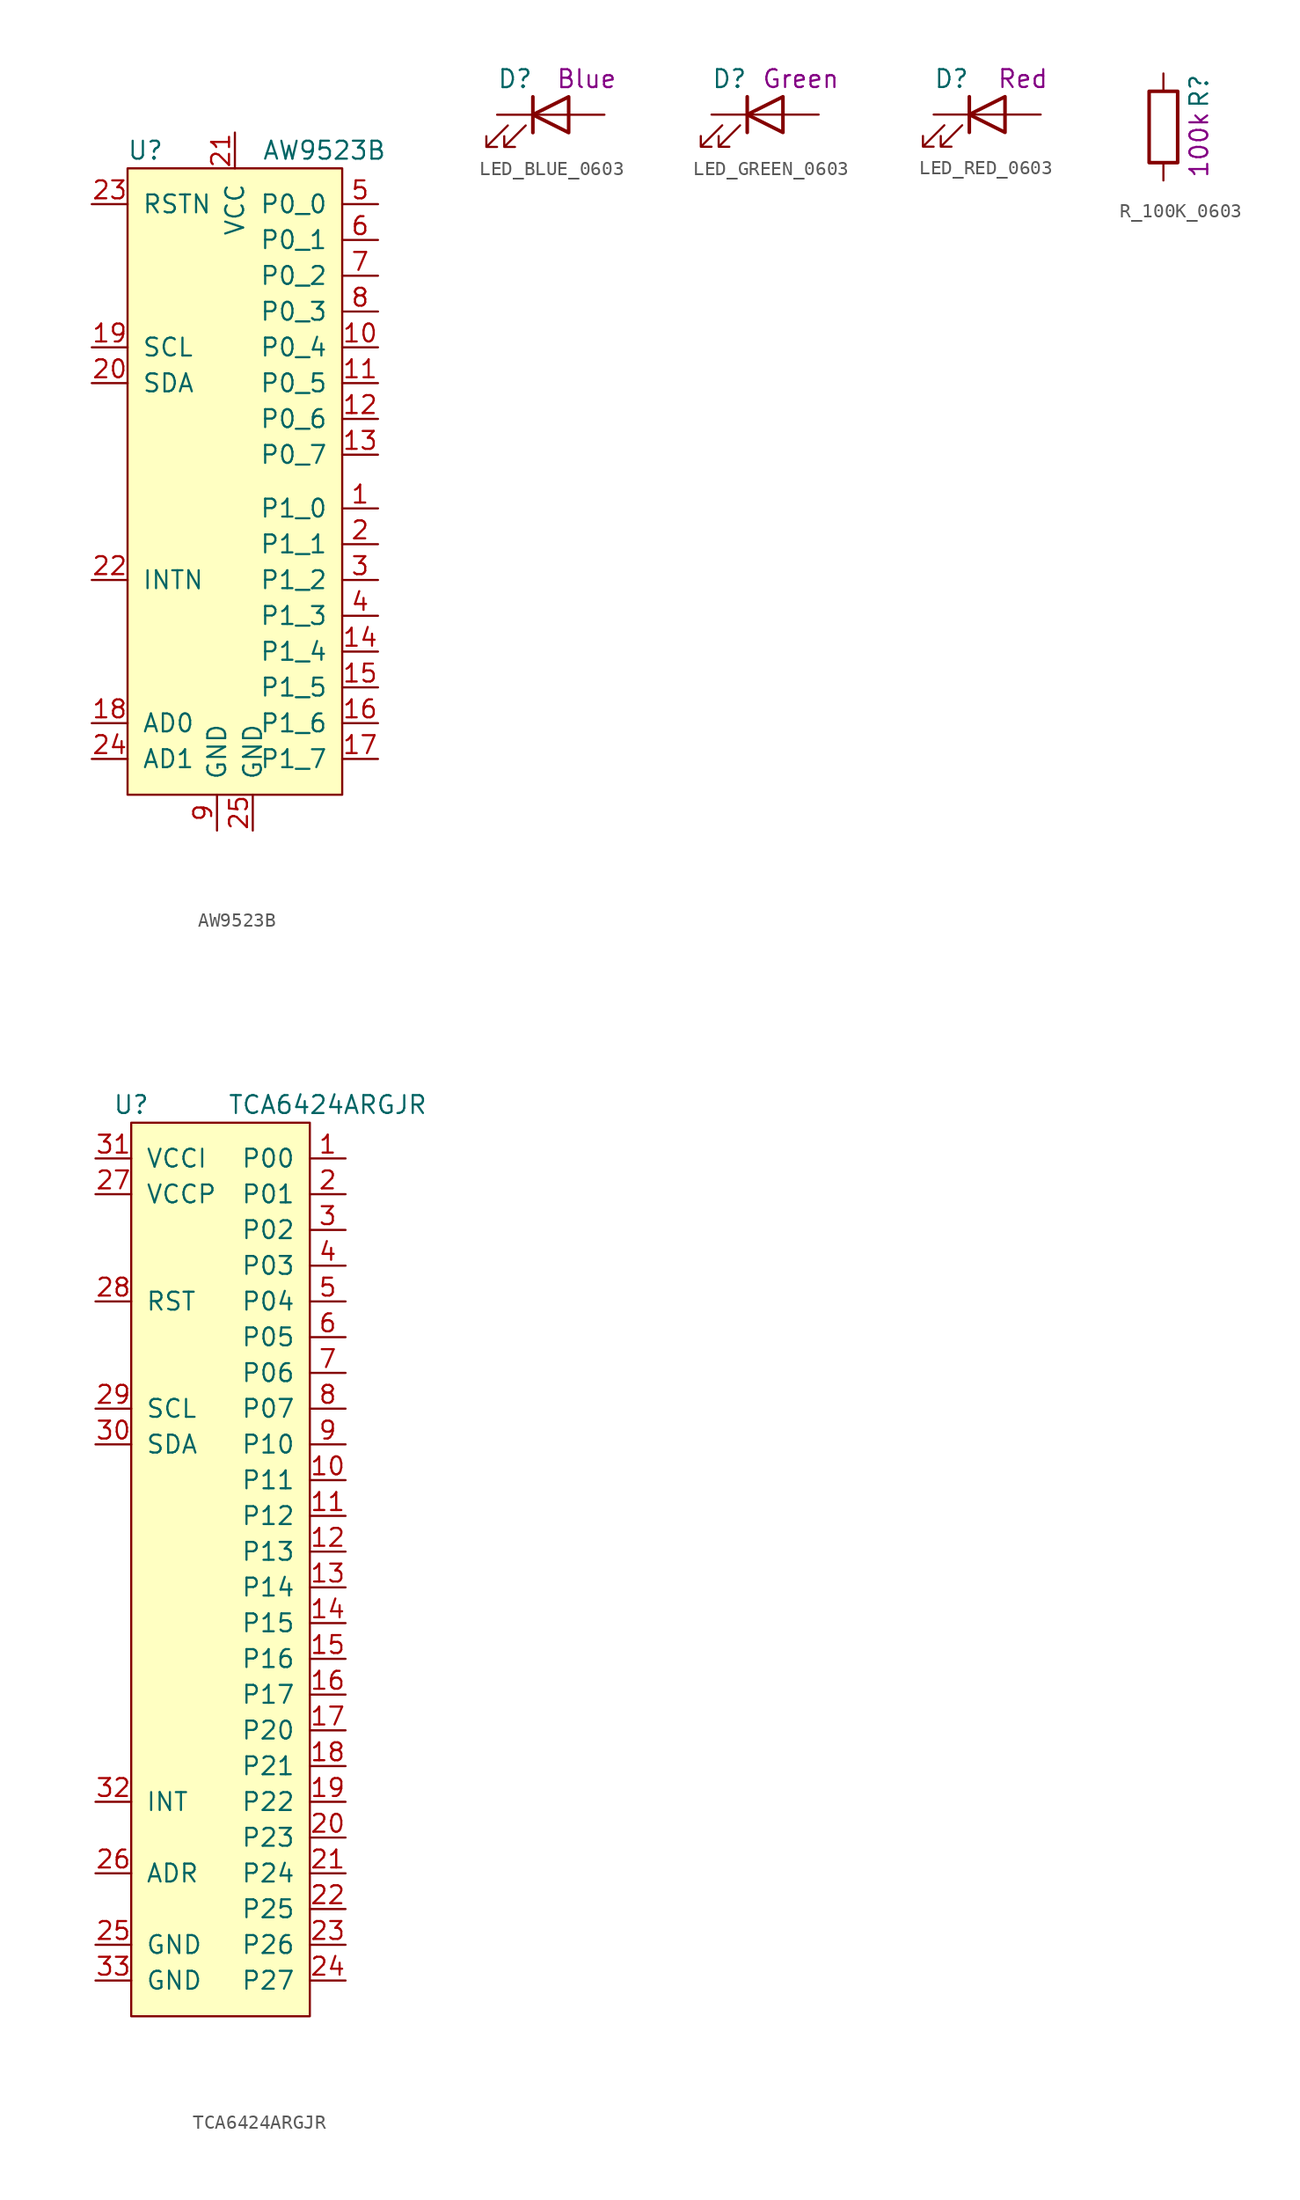
<source format=kicad_sym>
(kicad_symbol_lib
  (version 20211014)
  (generator kicad_symbol_editor)
  (symbol "AW9523B"
    (pin_names
      (offset 1.016))
    (property "Reference" "U"
      (at -6.35 24.13 0)
      (effects (font (size 1.27 1.27))))
    (property "Value" "AW9523B"
      (at 6.35 24.13 0)
      (effects (font (size 1.27 1.27))))
    (symbol "AW9523B_0_1"
      (rectangle (start 7.62 22.86) (end -7.62 -21.59) (stroke (width 0) (type default) (color 0 0 0 0)) (fill (type background))))
    (symbol "AW9523B_1_1"
      (pin bidirectional line (at 10.16 -1.27 180) (length 2.54) (name "P1_0" (effects (font (size 1.27 1.27)))) (number "1" (effects (font (size 1.27 1.27)))))
      (pin bidirectional line (at 10.16 10.16 180) (length 2.54) (name "P0_4" (effects (font (size 1.27 1.27)))) (number "10" (effects (font (size 1.27 1.27)))))
      (pin bidirectional line (at 10.16 7.62 180) (length 2.54) (name "P0_5" (effects (font (size 1.27 1.27)))) (number "11" (effects (font (size 1.27 1.27)))))
      (pin bidirectional line (at 10.16 5.08 180) (length 2.54) (name "P0_6" (effects (font (size 1.27 1.27)))) (number "12" (effects (font (size 1.27 1.27)))))
      (pin bidirectional line (at 10.16 2.54 180) (length 2.54) (name "P0_7" (effects (font (size 1.27 1.27)))) (number "13" (effects (font (size 1.27 1.27)))))
      (pin bidirectional line (at 10.16 -11.43 180) (length 2.54) (name "P1_4" (effects (font (size 1.27 1.27)))) (number "14" (effects (font (size 1.27 1.27)))))
      (pin bidirectional line (at 10.16 -13.97 180) (length 2.54) (name "P1_5" (effects (font (size 1.27 1.27)))) (number "15" (effects (font (size 1.27 1.27)))))
      (pin bidirectional line (at 10.16 -16.51 180) (length 2.54) (name "P1_6" (effects (font (size 1.27 1.27)))) (number "16" (effects (font (size 1.27 1.27)))))
      (pin bidirectional line (at 10.16 -19.05 180) (length 2.54) (name "P1_7" (effects (font (size 1.27 1.27)))) (number "17" (effects (font (size 1.27 1.27)))))
      (pin input line (at -10.16 -16.51 0) (length 2.54) (name "AD0" (effects (font (size 1.27 1.27)))) (number "18" (effects (font (size 1.27 1.27)))))
      (pin input line (at -10.16 10.16 0) (length 2.54) (name "SCL" (effects (font (size 1.27 1.27)))) (number "19" (effects (font (size 1.27 1.27)))))
      (pin bidirectional line (at 10.16 -3.81 180) (length 2.54) (name "P1_1" (effects (font (size 1.27 1.27)))) (number "2" (effects (font (size 1.27 1.27)))))
      (pin bidirectional line (at -10.16 7.62 0) (length 2.54) (name "SDA" (effects (font (size 1.27 1.27)))) (number "20" (effects (font (size 1.27 1.27)))))
      (pin power_in line (at 0 25.4 270) (length 2.54) (name "VCC" (effects (font (size 1.27 1.27)))) (number "21" (effects (font (size 1.27 1.27)))))
      (pin output line (at -10.16 -6.35 0) (length 2.54) (name "INTN" (effects (font (size 1.27 1.27)))) (number "22" (effects (font (size 1.27 1.27)))))
      (pin input line (at -10.16 20.32 0) (length 2.54) (name "RSTN" (effects (font (size 1.27 1.27)))) (number "23" (effects (font (size 1.27 1.27)))))
      (pin input line (at -10.16 -19.05 0) (length 2.54) (name "AD1" (effects (font (size 1.27 1.27)))) (number "24" (effects (font (size 1.27 1.27)))))
      (pin power_in line (at 1.27 -24.13 90) (length 2.54) (name "GND" (effects (font (size 1.27 1.27)))) (number "25" (effects (font (size 1.27 1.27)))))
      (pin bidirectional line (at 10.16 -6.35 180) (length 2.54) (name "P1_2" (effects (font (size 1.27 1.27)))) (number "3" (effects (font (size 1.27 1.27)))))
      (pin bidirectional line (at 10.16 -8.89 180) (length 2.54) (name "P1_3" (effects (font (size 1.27 1.27)))) (number "4" (effects (font (size 1.27 1.27)))))
      (pin bidirectional line (at 10.16 20.32 180) (length 2.54) (name "P0_0" (effects (font (size 1.27 1.27)))) (number "5" (effects (font (size 1.27 1.27)))))
      (pin bidirectional line (at 10.16 17.78 180) (length 2.54) (name "P0_1" (effects (font (size 1.27 1.27)))) (number "6" (effects (font (size 1.27 1.27)))))
      (pin bidirectional line (at 10.16 15.24 180) (length 2.54) (name "P0_2" (effects (font (size 1.27 1.27)))) (number "7" (effects (font (size 1.27 1.27)))))
      (pin bidirectional line (at 10.16 12.7 180) (length 2.54) (name "P0_3" (effects (font (size 1.27 1.27)))) (number "8" (effects (font (size 1.27 1.27)))))
      (pin power_in line (at -1.27 -24.13 90) (length 2.54) (name "GND" (effects (font (size 1.27 1.27)))) (number "9" (effects (font (size 1.27 1.27)))))))
  (symbol "LED_BLUE_0603"
    (pin_numbers hide)
    (pin_names
      (offset 1.016) hide)
    (property "Reference" "D"
      (at -2.54 2.54 0)
      (effects (font (size 1.27 1.27))))
    (property "Display" "Blue"
      (at 2.54 2.54 0)
      (effects (font (size 1.27 1.27))))
    (symbol "LED_BLUE_0603_0_1"
      (polyline (pts (xy -1.27 -1.27) (xy -1.27 1.27)) (stroke (width 0.254) (type default) (color 0 0 0 0)) (fill (type none)))
      (polyline (pts (xy -1.27 0) (xy 1.27 0)) (stroke (width 0) (type default) (color 0 0 0 0)) (fill (type none)))
      (polyline (pts (xy 1.27 -1.27) (xy 1.27 1.27) (xy -1.27 0) (xy 1.27 -1.27)) (stroke (width 0.254) (type default) (color 0 0 0 0)) (fill (type none)))
      (polyline (pts (xy -3.048 -0.762) (xy -4.572 -2.286) (xy -3.81 -2.286) (xy -4.572 -2.286) (xy -4.572 -1.524)) (stroke (width 0) (type default) (color 0 0 0 0)) (fill (type none)))
      (polyline (pts (xy -1.778 -0.762) (xy -3.302 -2.286) (xy -2.54 -2.286) (xy -3.302 -2.286) (xy -3.302 -1.524)) (stroke (width 0) (type default) (color 0 0 0 0)) (fill (type none))))
    (symbol "LED_BLUE_0603_1_1"
      (pin passive line (at -3.81 0 0) (length 2.54) (name "K" (effects (font (size 1.27 1.27)))) (number "1" (effects (font (size 1.27 1.27)))))
      (pin passive line (at 3.81 0 180) (length 2.54) (name "A" (effects (font (size 1.27 1.27)))) (number "2" (effects (font (size 1.27 1.27)))))))
  (symbol "LED_GREEN_0603"
    (pin_numbers hide)
    (pin_names
      (offset 1.016) hide)
    (property "Reference" "D"
      (at -2.54 2.54 0)
      (effects (font (size 1.27 1.27))))
    (property "Display" "Green"
      (at 2.54 2.54 0)
      (effects (font (size 1.27 1.27))))
    (symbol "LED_GREEN_0603_0_1"
      (polyline (pts (xy -1.27 -1.27) (xy -1.27 1.27)) (stroke (width 0.254) (type default) (color 0 0 0 0)) (fill (type none)))
      (polyline (pts (xy -1.27 0) (xy 1.27 0)) (stroke (width 0) (type default) (color 0 0 0 0)) (fill (type none)))
      (polyline (pts (xy 1.27 -1.27) (xy 1.27 1.27) (xy -1.27 0) (xy 1.27 -1.27)) (stroke (width 0.254) (type default) (color 0 0 0 0)) (fill (type none)))
      (polyline (pts (xy -3.048 -0.762) (xy -4.572 -2.286) (xy -3.81 -2.286) (xy -4.572 -2.286) (xy -4.572 -1.524)) (stroke (width 0) (type default) (color 0 0 0 0)) (fill (type none)))
      (polyline (pts (xy -1.778 -0.762) (xy -3.302 -2.286) (xy -2.54 -2.286) (xy -3.302 -2.286) (xy -3.302 -1.524)) (stroke (width 0) (type default) (color 0 0 0 0)) (fill (type none))))
    (symbol "LED_GREEN_0603_1_1"
      (pin passive line (at -3.81 0 0) (length 2.54) (name "K" (effects (font (size 1.27 1.27)))) (number "1" (effects (font (size 1.27 1.27)))))
      (pin passive line (at 3.81 0 180) (length 2.54) (name "A" (effects (font (size 1.27 1.27)))) (number "2" (effects (font (size 1.27 1.27)))))))
  (symbol "LED_RED_0603"
    (pin_numbers hide)
    (pin_names
      (offset 1.016) hide)
    (property "Reference" "D"
      (at -2.54 2.54 0)
      (effects (font (size 1.27 1.27))))
    (property "Display" "Red"
      (at 2.54 2.54 0)
      (effects (font (size 1.27 1.27))))
    (symbol "LED_RED_0603_0_1"
      (polyline (pts (xy -1.27 -1.27) (xy -1.27 1.27)) (stroke (width 0.254) (type default) (color 0 0 0 0)) (fill (type none)))
      (polyline (pts (xy -1.27 0) (xy 1.27 0)) (stroke (width 0) (type default) (color 0 0 0 0)) (fill (type none)))
      (polyline (pts (xy 1.27 -1.27) (xy 1.27 1.27) (xy -1.27 0) (xy 1.27 -1.27)) (stroke (width 0.254) (type default) (color 0 0 0 0)) (fill (type none)))
      (polyline (pts (xy -3.048 -0.762) (xy -4.572 -2.286) (xy -3.81 -2.286) (xy -4.572 -2.286) (xy -4.572 -1.524)) (stroke (width 0) (type default) (color 0 0 0 0)) (fill (type none)))
      (polyline (pts (xy -1.778 -0.762) (xy -3.302 -2.286) (xy -2.54 -2.286) (xy -3.302 -2.286) (xy -3.302 -1.524)) (stroke (width 0) (type default) (color 0 0 0 0)) (fill (type none))))
    (symbol "LED_RED_0603_1_1"
      (pin passive line (at -3.81 0 0) (length 2.54) (name "K" (effects (font (size 1.27 1.27)))) (number "1" (effects (font (size 1.27 1.27)))))
      (pin passive line (at 3.81 0 180) (length 2.54) (name "A" (effects (font (size 1.27 1.27)))) (number "2" (effects (font (size 1.27 1.27)))))))
  (symbol "R_100K_0603"
    (pin_numbers hide)
    (pin_names
      (offset 0))
    (property "Reference" "R"
      (at 2.54 2.54 90)
      (effects (font (size 1.27 1.27))))
    (property "Display" "100k"
      (at 2.54 -1.27 90)
      (effects (font (size 1.27 1.27))))
    (symbol "R_100K_0603_0_1"
      (rectangle (start -1.016 -2.54) (end 1.016 2.54) (stroke (width 0.254) (type default) (color 0 0 0 0)) (fill (type none))))
    (symbol "R_100K_0603_1_1"
      (pin passive line (at 0 3.81 270) (length 1.27) (name "~" (effects (font (size 1.27 1.27)))) (number "1" (effects (font (size 1.27 1.27)))))
      (pin passive line (at 0 -3.81 90) (length 1.27) (name "~" (effects (font (size 1.27 1.27)))) (number "2" (effects (font (size 1.27 1.27)))))))
  (symbol "TCA6424ARGJR"
    (pin_names
      (offset 1.016))
    (property "Reference" "U"
      (at -6.35 30.48 0)
      (effects (font (size 1.27 1.27))))
    (property "Value" "TCA6424ARGJR"
      (at 7.62 30.48 0)
      (effects (font (size 1.27 1.27))))
    (symbol "TCA6424ARGJR_0_1"
      (rectangle (start 6.35 -34.29) (end -6.35 29.21) (stroke (width 0) (type default) (color 0 0 0 0)) (fill (type background))))
    (symbol "TCA6424ARGJR_1_1"
      (pin bidirectional line (at 8.89 26.67 180) (length 2.54) (name "P00" (effects (font (size 1.27 1.27)))) (number "1" (effects (font (size 1.27 1.27)))))
      (pin bidirectional line (at 8.89 3.81 180) (length 2.54) (name "P11" (effects (font (size 1.27 1.27)))) (number "10" (effects (font (size 1.27 1.27)))))
      (pin bidirectional line (at 8.89 1.27 180) (length 2.54) (name "P12" (effects (font (size 1.27 1.27)))) (number "11" (effects (font (size 1.27 1.27)))))
      (pin bidirectional line (at 8.89 -1.27 180) (length 2.54) (name "P13" (effects (font (size 1.27 1.27)))) (number "12" (effects (font (size 1.27 1.27)))))
      (pin bidirectional line (at 8.89 -3.81 180) (length 2.54) (name "P14" (effects (font (size 1.27 1.27)))) (number "13" (effects (font (size 1.27 1.27)))))
      (pin bidirectional line (at 8.89 -6.35 180) (length 2.54) (name "P15" (effects (font (size 1.27 1.27)))) (number "14" (effects (font (size 1.27 1.27)))))
      (pin bidirectional line (at 8.89 -8.89 180) (length 2.54) (name "P16" (effects (font (size 1.27 1.27)))) (number "15" (effects (font (size 1.27 1.27)))))
      (pin bidirectional line (at 8.89 -11.43 180) (length 2.54) (name "P17" (effects (font (size 1.27 1.27)))) (number "16" (effects (font (size 1.27 1.27)))))
      (pin bidirectional line (at 8.89 -13.97 180) (length 2.54) (name "P20" (effects (font (size 1.27 1.27)))) (number "17" (effects (font (size 1.27 1.27)))))
      (pin bidirectional line (at 8.89 -16.51 180) (length 2.54) (name "P21" (effects (font (size 1.27 1.27)))) (number "18" (effects (font (size 1.27 1.27)))))
      (pin bidirectional line (at 8.89 -19.05 180) (length 2.54) (name "P22" (effects (font (size 1.27 1.27)))) (number "19" (effects (font (size 1.27 1.27)))))
      (pin bidirectional line (at 8.89 24.13 180) (length 2.54) (name "P01" (effects (font (size 1.27 1.27)))) (number "2" (effects (font (size 1.27 1.27)))))
      (pin bidirectional line (at 8.89 -21.59 180) (length 2.54) (name "P23" (effects (font (size 1.27 1.27)))) (number "20" (effects (font (size 1.27 1.27)))))
      (pin bidirectional line (at 8.89 -24.13 180) (length 2.54) (name "P24" (effects (font (size 1.27 1.27)))) (number "21" (effects (font (size 1.27 1.27)))))
      (pin bidirectional line (at 8.89 -26.67 180) (length 2.54) (name "P25" (effects (font (size 1.27 1.27)))) (number "22" (effects (font (size 1.27 1.27)))))
      (pin bidirectional line (at 8.89 -29.21 180) (length 2.54) (name "P26" (effects (font (size 1.27 1.27)))) (number "23" (effects (font (size 1.27 1.27)))))
      (pin bidirectional line (at 8.89 -31.75 180) (length 2.54) (name "P27" (effects (font (size 1.27 1.27)))) (number "24" (effects (font (size 1.27 1.27)))))
      (pin power_in line (at -8.89 -29.21 0) (length 2.54) (name "GND" (effects (font (size 1.27 1.27)))) (number "25" (effects (font (size 1.27 1.27)))))
      (pin power_in line (at -8.89 -24.13 0) (length 2.54) (name "ADR" (effects (font (size 1.27 1.27)))) (number "26" (effects (font (size 1.27 1.27)))))
      (pin power_in line (at -8.89 24.13 0) (length 2.54) (name "VCCP" (effects (font (size 1.27 1.27)))) (number "27" (effects (font (size 1.27 1.27)))))
      (pin input line (at -8.89 16.51 0) (length 2.54) (name "RST" (effects (font (size 1.27 1.27)))) (number "28" (effects (font (size 1.27 1.27)))))
      (pin input line (at -8.89 8.89 0) (length 2.54) (name "SCL" (effects (font (size 1.27 1.27)))) (number "29" (effects (font (size 1.27 1.27)))))
      (pin bidirectional line (at 8.89 21.59 180) (length 2.54) (name "P02" (effects (font (size 1.27 1.27)))) (number "3" (effects (font (size 1.27 1.27)))))
      (pin bidirectional line (at -8.89 6.35 0) (length 2.54) (name "SDA" (effects (font (size 1.27 1.27)))) (number "30" (effects (font (size 1.27 1.27)))))
      (pin power_in line (at -8.89 26.67 0) (length 2.54) (name "VCCI" (effects (font (size 1.27 1.27)))) (number "31" (effects (font (size 1.27 1.27)))))
      (pin output line (at -8.89 -19.05 0) (length 2.54) (name "INT" (effects (font (size 1.27 1.27)))) (number "32" (effects (font (size 1.27 1.27)))))
      (pin power_in line (at -8.89 -31.75 0) (length 2.54) (name "GND" (effects (font (size 1.27 1.27)))) (number "33" (effects (font (size 1.27 1.27)))))
      (pin bidirectional line (at 8.89 19.05 180) (length 2.54) (name "P03" (effects (font (size 1.27 1.27)))) (number "4" (effects (font (size 1.27 1.27)))))
      (pin bidirectional line (at 8.89 16.51 180) (length 2.54) (name "P04" (effects (font (size 1.27 1.27)))) (number "5" (effects (font (size 1.27 1.27)))))
      (pin bidirectional line (at 8.89 13.97 180) (length 2.54) (name "P05" (effects (font (size 1.27 1.27)))) (number "6" (effects (font (size 1.27 1.27)))))
      (pin bidirectional line (at 8.89 11.43 180) (length 2.54) (name "P06" (effects (font (size 1.27 1.27)))) (number "7" (effects (font (size 1.27 1.27)))))
      (pin bidirectional line (at 8.89 8.89 180) (length 2.54) (name "P07" (effects (font (size 1.27 1.27)))) (number "8" (effects (font (size 1.27 1.27)))))
      (pin bidirectional line (at 8.89 6.35 180) (length 2.54) (name "P10" (effects (font (size 1.27 1.27)))) (number "9" (effects (font (size 1.27 1.27))))))))
</source>
